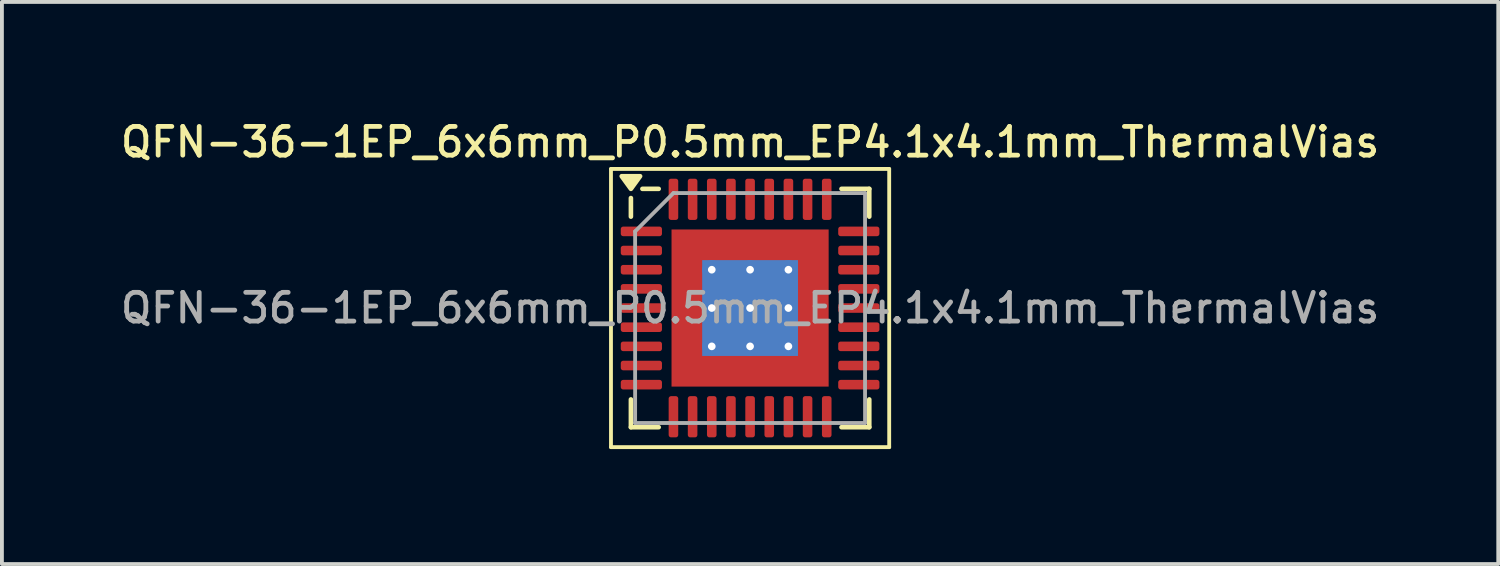
<source format=kicad_pcb>
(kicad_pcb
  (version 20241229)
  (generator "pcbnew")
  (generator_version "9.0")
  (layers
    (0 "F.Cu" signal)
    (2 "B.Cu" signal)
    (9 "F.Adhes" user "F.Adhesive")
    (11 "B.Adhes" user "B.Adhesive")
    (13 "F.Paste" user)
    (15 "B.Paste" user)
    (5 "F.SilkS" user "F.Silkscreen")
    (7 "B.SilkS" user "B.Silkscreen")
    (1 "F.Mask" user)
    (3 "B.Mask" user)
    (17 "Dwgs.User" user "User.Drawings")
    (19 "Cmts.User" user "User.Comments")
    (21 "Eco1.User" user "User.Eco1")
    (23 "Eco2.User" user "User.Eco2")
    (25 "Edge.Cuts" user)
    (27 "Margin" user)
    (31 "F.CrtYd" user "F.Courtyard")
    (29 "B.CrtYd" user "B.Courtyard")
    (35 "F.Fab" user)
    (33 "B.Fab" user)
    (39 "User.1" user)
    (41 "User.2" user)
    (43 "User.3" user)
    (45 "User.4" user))
  (footprint "QFN-36-1EP_6x6mm_P0.5mm_EP4.1x4.1mm_ThermalVias"
    (layer "F.Cu")
    (at 16.523 4.988)
    (property "Reference" "QFN-36-1EP_6x6mm_P0.5mm_EP4.1x4.1mm_ThermalVias" (at 0 -4.33 0) (layer "F.SilkS") (effects (font (size 0.75 0.75) (thickness 0.125))))
    (attr smd)
    (fp_line (start -3.63 -3.63) (end -3.63 3.63) (stroke (width 0.1) (type solid)) (layer "F.SilkS"))
    (fp_line (start -3.63 3.63) (end 3.63 3.63) (stroke (width 0.1) (type solid)) (layer "F.SilkS"))
    (fp_line (start -3.11 -2.385) (end -3.11 -2.87) (stroke (width 0.12) (type solid)) (layer "F.SilkS"))
    (fp_line (start -3.11 3.11) (end -3.11 2.385) (stroke (width 0.12) (type solid)) (layer "F.SilkS"))
    (fp_line (start -2.385 -3.11) (end -2.81 -3.11) (stroke (width 0.12) (type solid)) (layer "F.SilkS"))
    (fp_line (start -2.385 3.11) (end -3.11 3.11) (stroke (width 0.12) (type solid)) (layer "F.SilkS"))
    (fp_line (start 2.385 -3.11) (end 3.11 -3.11) (stroke (width 0.12) (type solid)) (layer "F.SilkS"))
    (fp_line (start 2.385 3.11) (end 3.11 3.11) (stroke (width 0.12) (type solid)) (layer "F.SilkS"))
    (fp_line (start 3.11 -3.11) (end 3.11 -2.385) (stroke (width 0.12) (type solid)) (layer "F.SilkS"))
    (fp_line (start 3.11 3.11) (end 3.11 2.385) (stroke (width 0.12) (type solid)) (layer "F.SilkS"))
    (fp_line (start 3.63 -3.63) (end -3.63 -3.63) (stroke (width 0.1) (type solid)) (layer "F.SilkS"))
    (fp_line (start 3.63 3.63) (end 3.63 -3.63) (stroke (width 0.1) (type solid)) (layer "F.SilkS"))
    (fp_poly (pts (xy -3.11 -3.11) (xy -3.35 -3.44) (xy -2.87 -3.44) (xy -3.11 -3.11)) (stroke (width 0.12) (type solid)) (fill yes) (layer "F.SilkS"))
    (fp_line (start -3 -2) (end -2 -3) (stroke (width 0.1) (type solid)) (layer "F.Fab"))
    (fp_line (start -3 3) (end -3 -2) (stroke (width 0.1) (type solid)) (layer "F.Fab"))
    (fp_line (start -2 -3) (end 3 -3) (stroke (width 0.1) (type solid)) (layer "F.Fab"))
    (fp_line (start 3 -3) (end 3 3) (stroke (width 0.1) (type solid)) (layer "F.Fab"))
    (fp_line (start 3 3) (end -3 3) (stroke (width 0.1) (type solid)) (layer "F.Fab"))
    (fp_text user "${REFERENCE}" (at 0 0 0) (layer "F.Fab") (effects (font (size 0.75 0.75) (thickness 0.125))))
    (pad "" smd roundrect (at -1.525 -1.525) (size 0.847 0.847) (layers "F.Paste") (roundrect_rratio 0.25))
    (pad "" smd roundrect (at -1.525 -0.5) (size 0.847 0.806) (layers "F.Paste") (roundrect_rratio 0.25))
    (pad "" smd roundrect (at -1.525 0.5) (size 0.847 0.806) (layers "F.Paste") (roundrect_rratio 0.25))
    (pad "" smd roundrect (at -1.525 1.525) (size 0.847 0.847) (layers "F.Paste") (roundrect_rratio 0.25))
    (pad "" smd roundrect (at -0.5 -1.525) (size 0.806 0.847) (layers "F.Paste") (roundrect_rratio 0.25))
    (pad "" smd roundrect (at -0.5 -0.5) (size 0.806 0.806) (layers "F.Paste") (roundrect_rratio 0.25))
    (pad "" smd roundrect (at -0.5 0.5) (size 0.806 0.806) (layers "F.Paste") (roundrect_rratio 0.25))
    (pad "" smd roundrect (at -0.5 1.525) (size 0.806 0.847) (layers "F.Paste") (roundrect_rratio 0.25))
    (pad "" smd roundrect (at 0.5 -1.525) (size 0.806 0.847) (layers "F.Paste") (roundrect_rratio 0.25))
    (pad "" smd roundrect (at 0.5 -0.5) (size 0.806 0.806) (layers "F.Paste") (roundrect_rratio 0.25))
    (pad "" smd roundrect (at 0.5 0.5) (size 0.806 0.806) (layers "F.Paste") (roundrect_rratio 0.25))
    (pad "" smd roundrect (at 0.5 1.525) (size 0.806 0.847) (layers "F.Paste") (roundrect_rratio 0.25))
    (pad "" smd roundrect (at 1.525 -1.525) (size 0.847 0.847) (layers "F.Paste") (roundrect_rratio 0.25))
    (pad "" smd roundrect (at 1.525 -0.5) (size 0.847 0.806) (layers "F.Paste") (roundrect_rratio 0.25))
    (pad "" smd roundrect (at 1.525 0.5) (size 0.847 0.806) (layers "F.Paste") (roundrect_rratio 0.25))
    (pad "" smd roundrect (at 1.525 1.525) (size 0.847 0.847) (layers "F.Paste") (roundrect_rratio 0.25))
    (pad "1" smd roundrect (at -2.837 -2) (size 1.075 0.25) (layers "F.Cu" "F.Mask" "F.Paste") (roundrect_rratio 0.25))
    (pad "2" smd roundrect (at -2.837 -1.5) (size 1.075 0.25) (layers "F.Cu" "F.Mask" "F.Paste") (roundrect_rratio 0.25))
    (pad "3" smd roundrect (at -2.837 -1) (size 1.075 0.25) (layers "F.Cu" "F.Mask" "F.Paste") (roundrect_rratio 0.25))
    (pad "4" smd roundrect (at -2.837 -0.5) (size 1.075 0.25) (layers "F.Cu" "F.Mask" "F.Paste") (roundrect_rratio 0.25))
    (pad "5" smd roundrect (at -2.837 0) (size 1.075 0.25) (layers "F.Cu" "F.Mask" "F.Paste") (roundrect_rratio 0.25))
    (pad "6" smd roundrect (at -2.837 0.5) (size 1.075 0.25) (layers "F.Cu" "F.Mask" "F.Paste") (roundrect_rratio 0.25))
    (pad "7" smd roundrect (at -2.837 1) (size 1.075 0.25) (layers "F.Cu" "F.Mask" "F.Paste") (roundrect_rratio 0.25))
    (pad "8" smd roundrect (at -2.837 1.5) (size 1.075 0.25) (layers "F.Cu" "F.Mask" "F.Paste") (roundrect_rratio 0.25))
    (pad "9" smd roundrect (at -2.837 2) (size 1.075 0.25) (layers "F.Cu" "F.Mask" "F.Paste") (roundrect_rratio 0.25))
    (pad "10" smd roundrect (at -2 2.837) (size 0.25 1.075) (layers "F.Cu" "F.Mask" "F.Paste") (roundrect_rratio 0.25))
    (pad "11" smd roundrect (at -1.5 2.837) (size 0.25 1.075) (layers "F.Cu" "F.Mask" "F.Paste") (roundrect_rratio 0.25))
    (pad "12" smd roundrect (at -1 2.837) (size 0.25 1.075) (layers "F.Cu" "F.Mask" "F.Paste") (roundrect_rratio 0.25))
    (pad "13" smd roundrect (at -0.5 2.837) (size 0.25 1.075) (layers "F.Cu" "F.Mask" "F.Paste") (roundrect_rratio 0.25))
    (pad "14" smd roundrect (at 0 2.837) (size 0.25 1.075) (layers "F.Cu" "F.Mask" "F.Paste") (roundrect_rratio 0.25))
    (pad "15" smd roundrect (at 0.5 2.837) (size 0.25 1.075) (layers "F.Cu" "F.Mask" "F.Paste") (roundrect_rratio 0.25))
    (pad "16" smd roundrect (at 1 2.837) (size 0.25 1.075) (layers "F.Cu" "F.Mask" "F.Paste") (roundrect_rratio 0.25))
    (pad "17" smd roundrect (at 1.5 2.837) (size 0.25 1.075) (layers "F.Cu" "F.Mask" "F.Paste") (roundrect_rratio 0.25))
    (pad "18" smd roundrect (at 2 2.837) (size 0.25 1.075) (layers "F.Cu" "F.Mask" "F.Paste") (roundrect_rratio 0.25))
    (pad "19" smd roundrect (at 2.837 2) (size 1.075 0.25) (layers "F.Cu" "F.Mask" "F.Paste") (roundrect_rratio 0.25))
    (pad "20" smd roundrect (at 2.837 1.5) (size 1.075 0.25) (layers "F.Cu" "F.Mask" "F.Paste") (roundrect_rratio 0.25))
    (pad "21" smd roundrect (at 2.837 1) (size 1.075 0.25) (layers "F.Cu" "F.Mask" "F.Paste") (roundrect_rratio 0.25))
    (pad "22" smd roundrect (at 2.837 0.5) (size 1.075 0.25) (layers "F.Cu" "F.Mask" "F.Paste") (roundrect_rratio 0.25))
    (pad "23" smd roundrect (at 2.837 0) (size 1.075 0.25) (layers "F.Cu" "F.Mask" "F.Paste") (roundrect_rratio 0.25))
    (pad "24" smd roundrect (at 2.837 -0.5) (size 1.075 0.25) (layers "F.Cu" "F.Mask" "F.Paste") (roundrect_rratio 0.25))
    (pad "25" smd roundrect (at 2.837 -1) (size 1.075 0.25) (layers "F.Cu" "F.Mask" "F.Paste") (roundrect_rratio 0.25))
    (pad "26" smd roundrect (at 2.837 -1.5) (size 1.075 0.25) (layers "F.Cu" "F.Mask" "F.Paste") (roundrect_rratio 0.25))
    (pad "27" smd roundrect (at 2.837 -2) (size 1.075 0.25) (layers "F.Cu" "F.Mask" "F.Paste") (roundrect_rratio 0.25))
    (pad "28" smd roundrect (at 2 -2.837) (size 0.25 1.075) (layers "F.Cu" "F.Mask" "F.Paste") (roundrect_rratio 0.25))
    (pad "29" smd roundrect (at 1.5 -2.837) (size 0.25 1.075) (layers "F.Cu" "F.Mask" "F.Paste") (roundrect_rratio 0.25))
    (pad "30" smd roundrect (at 1 -2.837) (size 0.25 1.075) (layers "F.Cu" "F.Mask" "F.Paste") (roundrect_rratio 0.25))
    (pad "31" smd roundrect (at 0.5 -2.837) (size 0.25 1.075) (layers "F.Cu" "F.Mask" "F.Paste") (roundrect_rratio 0.25))
    (pad "32" smd roundrect (at 0 -2.837) (size 0.25 1.075) (layers "F.Cu" "F.Mask" "F.Paste") (roundrect_rratio 0.25))
    (pad "33" smd roundrect (at -0.5 -2.837) (size 0.25 1.075) (layers "F.Cu" "F.Mask" "F.Paste") (roundrect_rratio 0.25))
    (pad "34" smd roundrect (at -1 -2.837) (size 0.25 1.075) (layers "F.Cu" "F.Mask" "F.Paste") (roundrect_rratio 0.25))
    (pad "35" smd roundrect (at -1.5 -2.837) (size 0.25 1.075) (layers "F.Cu" "F.Mask" "F.Paste") (roundrect_rratio 0.25))
    (pad "36" smd roundrect (at -2 -2.837) (size 0.25 1.075) (layers "F.Cu" "F.Mask" "F.Paste") (roundrect_rratio 0.25))
    (pad "37" thru_hole circle (at -1 -1) (size 0.5 0.5) (drill 0.2) (property pad_prop_heatsink) (layers "*.Cu"))
    (pad "37" thru_hole circle (at -1 0) (size 0.5 0.5) (drill 0.2) (property pad_prop_heatsink) (layers "*.Cu"))
    (pad "37" thru_hole circle (at -1 1) (size 0.5 0.5) (drill 0.2) (property pad_prop_heatsink) (layers "*.Cu"))
    (pad "37" thru_hole circle (at 0 -1) (size 0.5 0.5) (drill 0.2) (property pad_prop_heatsink) (layers "*.Cu"))
    (pad "37" thru_hole circle (at 0 0) (size 0.5 0.5) (drill 0.2) (property pad_prop_heatsink) (layers "*.Cu"))
    (pad "37" smd rect (at 0 0) (size 2.5 2.5) (property pad_prop_heatsink) (layers "B.Cu"))
    (pad "37" smd rect (at 0 0) (size 4.1 4.1) (property pad_prop_heatsink) (layers "F.Cu" "F.Mask"))
    (pad "37" thru_hole circle (at 0 1) (size 0.5 0.5) (drill 0.2) (property pad_prop_heatsink) (layers "*.Cu"))
    (pad "37" thru_hole circle (at 1 -1) (size 0.5 0.5) (drill 0.2) (property pad_prop_heatsink) (layers "*.Cu"))
    (pad "37" thru_hole circle (at 1 0) (size 0.5 0.5) (drill 0.2) (property pad_prop_heatsink) (layers "*.Cu"))
    (pad "37" thru_hole circle (at 1 1) (size 0.5 0.5) (drill 0.2) (property pad_prop_heatsink) (layers "*.Cu")))
  (gr_rect
    (start -3 -3)
    (end 36.046 11.668)
    (stroke (width 0.1) (type default))
    (fill no)
    (layer "Edge.Cuts")))
</source>
